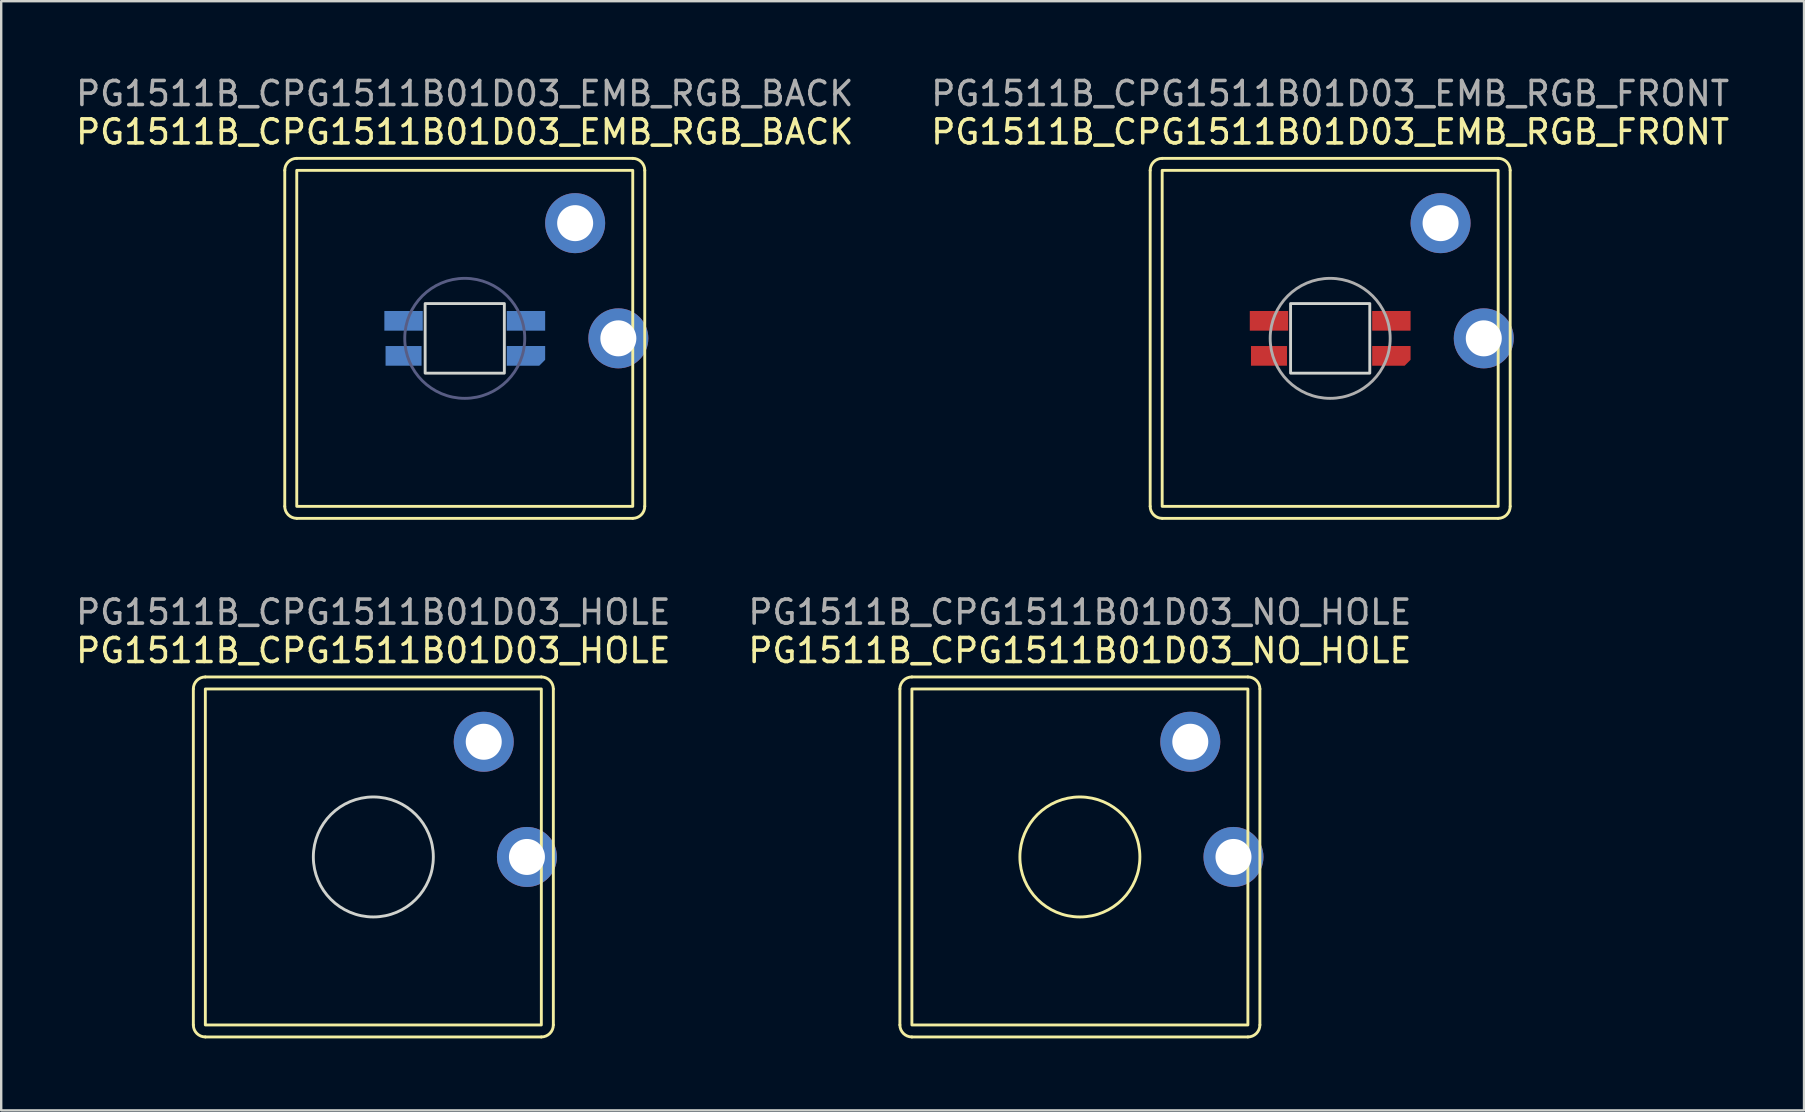
<source format=kicad_pcb>
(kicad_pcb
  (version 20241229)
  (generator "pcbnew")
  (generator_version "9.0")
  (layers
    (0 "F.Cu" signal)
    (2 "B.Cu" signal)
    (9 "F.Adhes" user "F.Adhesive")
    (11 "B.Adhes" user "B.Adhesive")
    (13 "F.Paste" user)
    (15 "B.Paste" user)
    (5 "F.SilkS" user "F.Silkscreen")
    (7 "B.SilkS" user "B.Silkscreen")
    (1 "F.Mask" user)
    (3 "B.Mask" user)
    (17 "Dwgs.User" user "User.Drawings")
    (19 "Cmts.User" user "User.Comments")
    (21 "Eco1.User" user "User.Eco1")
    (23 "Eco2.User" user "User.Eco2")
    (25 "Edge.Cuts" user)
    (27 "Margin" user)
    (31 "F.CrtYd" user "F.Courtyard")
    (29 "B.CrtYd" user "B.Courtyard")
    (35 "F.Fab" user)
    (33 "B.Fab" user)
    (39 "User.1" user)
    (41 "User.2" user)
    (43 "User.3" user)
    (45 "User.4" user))
  (footprint "PG1511B_CPG1511B01D03_EMB_RGB_FRONT"
    (layer "F.Cu")
    (at 52.375 11.048)
    (property "Reference" "PG1511B_CPG1511B01D03_EMB_RGB_FRONT" (at 0 -8.6 0) (unlocked yes) (layer "F.SilkS") (effects (font (size 1 1) (thickness 0.15))))
    (attr through_hole)
    (fp_line (start -7.5 -7) (end -7.5 7) (stroke (width 0.12) (type solid)) (layer "F.SilkS"))
    (fp_line (start -7 -7.5) (end 7 -7.5) (stroke (width 0.12) (type solid)) (layer "F.SilkS"))
    (fp_line (start 7 7.5) (end -7 7.5) (stroke (width 0.12) (type solid)) (layer "F.SilkS"))
    (fp_line (start 7.5 -7) (end 7.5 7) (stroke (width 0.12) (type solid)) (layer "F.SilkS"))
    (fp_rect (start -7 -7) (end 7 7) (stroke (width 0.12) (type solid)) (fill no) (layer "F.SilkS"))
    (fp_arc (start -7.5 -7) (mid -7.353553 -7.353553) (end -7 -7.5) (stroke (width 0.12) (type solid)) (layer "F.SilkS"))
    (fp_arc (start -7 7.5) (mid -7.353553 7.353553) (end -7.5 7) (stroke (width 0.12) (type solid)) (layer "F.SilkS"))
    (fp_arc (start 7 -7.5) (mid 7.353553 -7.353553) (end 7.5 -7) (stroke (width 0.12) (type solid)) (layer "F.SilkS"))
    (fp_arc (start 7.5 7) (mid 7.353553 7.353553) (end 7 7.5) (stroke (width 0.12) (type solid)) (layer "F.SilkS"))
    (fp_rect (start -1.65 -1.45) (end 1.65 1.45) (stroke (width 0.12) (type solid)) (fill no) (layer "Edge.Cuts"))
    (fp_circle (center 0 0) (end 2.5 0) (stroke (width 0.12) (type solid)) (fill no) (layer "F.Fab"))
    (fp_text user "${REFERENCE}" (at 0 -10.2 0) (unlocked yes) (layer "F.Fab") (effects (font (size 1 1) (thickness 0.15))))
    (pad "1" smd rect (at -2.55 -0.73) (size 1.6 0.82) (layers "F.Cu" "F.Mask"))
    (pad "2" thru_hole circle (at 4.6 -4.8) (size 2.5 2.5) (drill 1.5) (layers "*.Cu" "*.Mask"))
    (pad "3" smd roundrect (at 2.55 0.73) (size 1.6 0.82) (layers "F.Cu" "F.Mask") (roundrect_rratio 0) (chamfer_ratio 0.3) (chamfer bottom_right))
    (pad "4" thru_hole circle (at 6.4 0) (size 2.5 2.5) (drill 1.5) (layers "*.Cu" "*.Mask"))
    (pad "5" smd rect (at 2.55 -0.73) (size 1.6 0.82) (layers "F.Cu" "F.Mask"))
    (pad "6" smd rect (at -2.55 0.73) (size 1.5 0.82) (layers "F.Cu" "F.Mask")))
  (footprint "PG1511B_CPG1511B01D03_EMB_RGB_BACK"
    (layer "F.Cu")
    (at 16.315 11.048)
    (property "Reference" "PG1511B_CPG1511B01D03_EMB_RGB_BACK" (at 0 -8.6 0) (unlocked yes) (layer "F.SilkS") (effects (font (size 1 1) (thickness 0.15))))
    (attr through_hole)
    (fp_line (start -7.5 -7) (end -7.5 7) (stroke (width 0.12) (type solid)) (layer "F.SilkS"))
    (fp_line (start -7 -7.5) (end 7 -7.5) (stroke (width 0.12) (type solid)) (layer "F.SilkS"))
    (fp_line (start 7 7.5) (end -7 7.5) (stroke (width 0.12) (type solid)) (layer "F.SilkS"))
    (fp_line (start 7.5 -7) (end 7.5 7) (stroke (width 0.12) (type solid)) (layer "F.SilkS"))
    (fp_rect (start -7 -7) (end 7 7) (stroke (width 0.12) (type solid)) (fill no) (layer "F.SilkS"))
    (fp_arc (start -7.5 -7) (mid -7.353553 -7.353553) (end -7 -7.5) (stroke (width 0.12) (type solid)) (layer "F.SilkS"))
    (fp_arc (start -7 7.5) (mid -7.353553 7.353553) (end -7.5 7) (stroke (width 0.12) (type solid)) (layer "F.SilkS"))
    (fp_arc (start 7 -7.5) (mid 7.353553 -7.353553) (end 7.5 -7) (stroke (width 0.12) (type solid)) (layer "F.SilkS"))
    (fp_arc (start 7.5 7) (mid 7.353553 7.353553) (end 7 7.5) (stroke (width 0.12) (type solid)) (layer "F.SilkS"))
    (fp_rect (start -1.65 -1.45) (end 1.65 1.45) (stroke (width 0.12) (type solid)) (fill no) (layer "Edge.Cuts"))
    (fp_circle (center 0 0) (end 2.5 0) (stroke (width 0.12) (type solid)) (fill no) (layer "B.Fab"))
    (fp_text user "${REFERENCE}" (at 0 -10.2 0) (unlocked yes) (layer "F.Fab") (effects (font (size 1 1) (thickness 0.15))))
    (pad "1" smd rect (at -2.55 -0.73) (size 1.6 0.82) (layers "B.Cu" "B.Mask"))
    (pad "2" thru_hole circle (at 4.6 -4.8) (size 2.5 2.5) (drill 1.5) (layers "*.Cu" "*.Mask"))
    (pad "3" smd roundrect (at 2.55 0.73) (size 1.6 0.82) (layers "B.Cu" "B.Mask") (roundrect_rratio 0) (chamfer_ratio 0.3) (chamfer bottom_right))
    (pad "4" thru_hole circle (at 6.4 0) (size 2.5 2.5) (drill 1.5) (layers "*.Cu" "*.Mask"))
    (pad "5" smd rect (at 2.55 -0.73) (size 1.6 0.82) (layers "B.Cu" "B.Mask"))
    (pad "6" smd rect (at -2.55 0.73) (size 1.5 0.82) (layers "B.Cu" "B.Mask")))
  (footprint "PG1511B_CPG1511B01D03_HOLE"
    (layer "F.Cu")
    (at 12.506 32.657)
    (property "Reference" "PG1511B_CPG1511B01D03_HOLE" (at 0 -8.6 0) (unlocked yes) (layer "F.SilkS") (effects (font (size 1 1) (thickness 0.15))))
    (attr through_hole)
    (fp_line (start -7.5 -7) (end -7.5 7) (stroke (width 0.12) (type solid)) (layer "F.SilkS"))
    (fp_line (start -7 -7.5) (end 7 -7.5) (stroke (width 0.12) (type solid)) (layer "F.SilkS"))
    (fp_line (start 7 7.5) (end -7 7.5) (stroke (width 0.12) (type solid)) (layer "F.SilkS"))
    (fp_line (start 7.5 -7) (end 7.5 7) (stroke (width 0.12) (type solid)) (layer "F.SilkS"))
    (fp_rect (start -7 -7) (end 7 7) (stroke (width 0.12) (type solid)) (fill no) (layer "F.SilkS"))
    (fp_arc (start -7.5 -7) (mid -7.353553 -7.353553) (end -7 -7.5) (stroke (width 0.12) (type solid)) (layer "F.SilkS"))
    (fp_arc (start -7 7.5) (mid -7.353553 7.353553) (end -7.5 7) (stroke (width 0.12) (type solid)) (layer "F.SilkS"))
    (fp_arc (start 7 -7.5) (mid 7.353553 -7.353553) (end 7.5 -7) (stroke (width 0.12) (type solid)) (layer "F.SilkS"))
    (fp_arc (start 7.5 7) (mid 7.353553 7.353553) (end 7 7.5) (stroke (width 0.12) (type solid)) (layer "F.SilkS"))
    (fp_circle (center 0 0) (end 2.5 0) (stroke (width 0.12) (type solid)) (fill no) (layer "Edge.Cuts"))
    (fp_text user "${REFERENCE}" (at 0 -10.2 0) (unlocked yes) (layer "F.Fab") (effects (font (size 1 1) (thickness 0.15))))
    (pad "1" thru_hole circle (at 6.4 0) (size 2.5 2.5) (drill 1.5) (layers "*.Cu" "*.Mask"))
    (pad "2" thru_hole circle (at 4.6 -4.8) (size 2.5 2.5) (drill 1.5) (layers "*.Cu" "*.Mask")))
  (footprint "PG1511B_CPG1511B01D03_NO_HOLE"
    (layer "F.Cu")
    (at 41.946 32.657)
    (property "Reference" "PG1511B_CPG1511B01D03_NO_HOLE" (at 0 -8.6 0) (unlocked yes) (layer "F.SilkS") (effects (font (size 1 1) (thickness 0.15))))
    (attr through_hole)
    (fp_line (start -7.5 -7) (end -7.5 7) (stroke (width 0.12) (type solid)) (layer "F.SilkS"))
    (fp_line (start -7 -7.5) (end 7 -7.5) (stroke (width 0.12) (type solid)) (layer "F.SilkS"))
    (fp_line (start 7 7.5) (end -7 7.5) (stroke (width 0.12) (type solid)) (layer "F.SilkS"))
    (fp_line (start 7.5 -7) (end 7.5 7) (stroke (width 0.12) (type solid)) (layer "F.SilkS"))
    (fp_rect (start -7 -7) (end 7 7) (stroke (width 0.12) (type solid)) (fill no) (layer "F.SilkS"))
    (fp_arc (start -7.5 -7) (mid -7.353553 -7.353553) (end -7 -7.5) (stroke (width 0.12) (type solid)) (layer "F.SilkS"))
    (fp_arc (start -7 7.5) (mid -7.353553 7.353553) (end -7.5 7) (stroke (width 0.12) (type solid)) (layer "F.SilkS"))
    (fp_arc (start 7 -7.5) (mid 7.353553 -7.353553) (end 7.5 -7) (stroke (width 0.12) (type solid)) (layer "F.SilkS"))
    (fp_arc (start 7.5 7) (mid 7.353553 7.353553) (end 7 7.5) (stroke (width 0.12) (type solid)) (layer "F.SilkS"))
    (fp_circle (center 0 0) (end 2.5 0) (stroke (width 0.12) (type solid)) (fill no) (layer "F.SilkS"))
    (fp_text user "${REFERENCE}" (at 0 -10.2 0) (unlocked yes) (layer "F.Fab") (effects (font (size 1 1) (thickness 0.15))))
    (pad "1" thru_hole circle (at 6.4 0) (size 2.5 2.5) (drill 1.5) (layers "*.Cu" "*.Mask"))
    (pad "2" thru_hole circle (at 4.6 -4.8) (size 2.5 2.5) (drill 1.5) (layers "*.Cu" "*.Mask")))
  (gr_rect
    (start -3 -3)
    (end 72.119 43.217)
    (stroke (width 0.1) (type default))
    (fill no)
    (layer "Edge.Cuts")))
</source>
